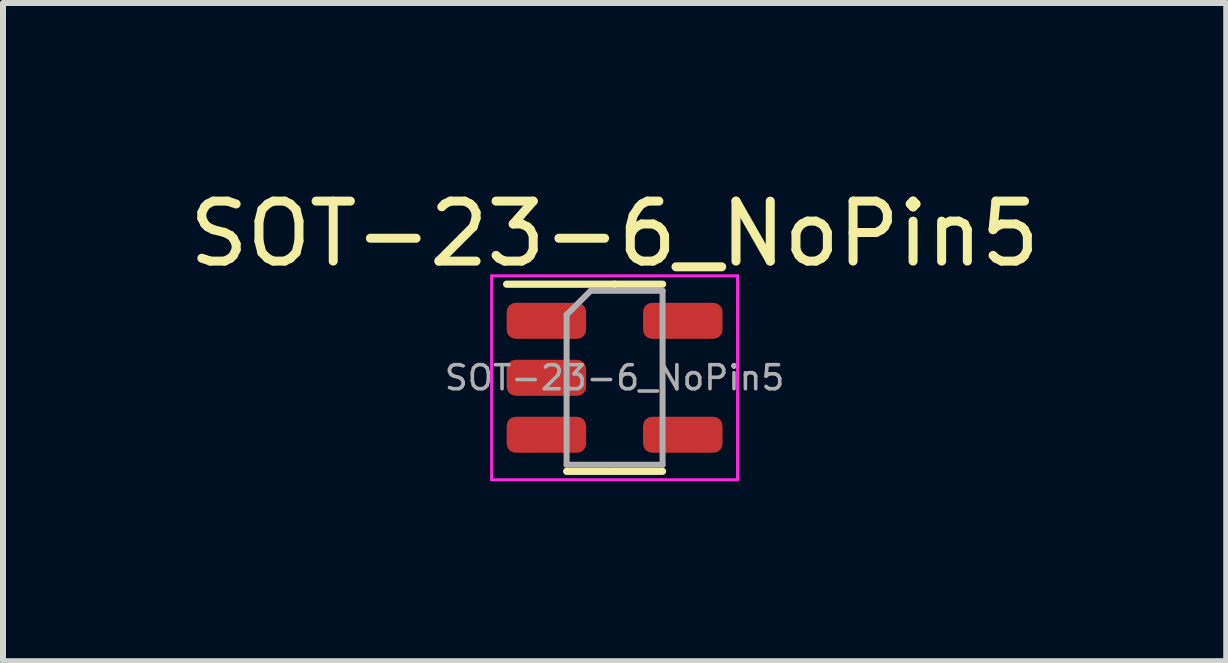
<source format=kicad_pcb>
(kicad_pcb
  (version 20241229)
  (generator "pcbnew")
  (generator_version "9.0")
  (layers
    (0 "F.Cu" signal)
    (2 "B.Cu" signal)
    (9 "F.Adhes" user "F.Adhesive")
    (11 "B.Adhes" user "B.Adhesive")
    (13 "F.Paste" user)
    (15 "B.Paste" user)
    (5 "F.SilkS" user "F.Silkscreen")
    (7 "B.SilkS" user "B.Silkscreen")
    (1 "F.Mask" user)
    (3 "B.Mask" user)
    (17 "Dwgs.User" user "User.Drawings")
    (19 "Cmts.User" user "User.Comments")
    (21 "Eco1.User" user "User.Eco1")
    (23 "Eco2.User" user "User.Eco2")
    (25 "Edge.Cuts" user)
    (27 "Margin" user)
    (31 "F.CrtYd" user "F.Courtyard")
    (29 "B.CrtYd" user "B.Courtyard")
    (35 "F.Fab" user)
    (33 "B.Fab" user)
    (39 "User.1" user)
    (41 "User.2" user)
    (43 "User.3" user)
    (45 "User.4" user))
  (footprint "SOT-23-6_NoPin5"
    (layer "F.Cu")
    (at 7.196 3.248)
    (property "Reference" "SOT-23-6_NoPin5" (at 0 -2.4 0) (layer "F.SilkS") (effects (font (size 1 1) (thickness 0.15))))
    (attr smd)
    (fp_line (start 0 -1.56) (end -1.8 -1.56) (stroke (width 0.12) (type solid)) (layer "F.SilkS"))
    (fp_line (start 0 -1.56) (end 0.8 -1.56) (stroke (width 0.12) (type solid)) (layer "F.SilkS"))
    (fp_line (start 0 1.56) (end -0.8 1.56) (stroke (width 0.12) (type solid)) (layer "F.SilkS"))
    (fp_line (start 0 1.56) (end 0.8 1.56) (stroke (width 0.12) (type solid)) (layer "F.SilkS"))
    (fp_line (start -2.05 -1.7) (end -2.05 1.7) (stroke (width 0.05) (type solid)) (layer "F.CrtYd"))
    (fp_line (start -2.05 1.7) (end 2.05 1.7) (stroke (width 0.05) (type solid)) (layer "F.CrtYd"))
    (fp_line (start 2.05 -1.7) (end -2.05 -1.7) (stroke (width 0.05) (type solid)) (layer "F.CrtYd"))
    (fp_line (start 2.05 1.7) (end 2.05 -1.7) (stroke (width 0.05) (type solid)) (layer "F.CrtYd"))
    (fp_line (start -0.8 -1.05) (end -0.4 -1.45) (stroke (width 0.1) (type solid)) (layer "F.Fab"))
    (fp_line (start -0.8 1.45) (end -0.8 -1.05) (stroke (width 0.1) (type solid)) (layer "F.Fab"))
    (fp_line (start -0.4 -1.45) (end 0.8 -1.45) (stroke (width 0.1) (type solid)) (layer "F.Fab"))
    (fp_line (start 0.8 -1.45) (end 0.8 1.45) (stroke (width 0.1) (type solid)) (layer "F.Fab"))
    (fp_line (start 0.8 1.45) (end -0.8 1.45) (stroke (width 0.1) (type solid)) (layer "F.Fab"))
    (fp_text user "${REFERENCE}" (at 0 0 0) (layer "F.Fab") (effects (font (size 0.4 0.4) (thickness 0.06))))
    (pad "1" smd roundrect (at -1.137 -0.95) (size 1.325 0.6) (layers "F.Cu" "F.Mask" "F.Paste") (roundrect_rratio 0.25))
    (pad "2" smd roundrect (at -1.137 0) (size 1.325 0.6) (layers "F.Cu" "F.Mask" "F.Paste") (roundrect_rratio 0.25))
    (pad "3" smd roundrect (at -1.137 0.95) (size 1.325 0.6) (layers "F.Cu" "F.Mask" "F.Paste") (roundrect_rratio 0.25))
    (pad "4" smd roundrect (at 1.137 0.95) (size 1.325 0.6) (layers "F.Cu" "F.Mask" "F.Paste") (roundrect_rratio 0.25))
    (pad "6" smd roundrect (at 1.137 -0.95) (size 1.325 0.6) (layers "F.Cu" "F.Mask" "F.Paste") (roundrect_rratio 0.25)))
  (gr_rect
    (start -3 -3)
    (end 17.393 7.973)
    (stroke (width 0.1) (type default))
    (fill no)
    (layer "Edge.Cuts")))
</source>
